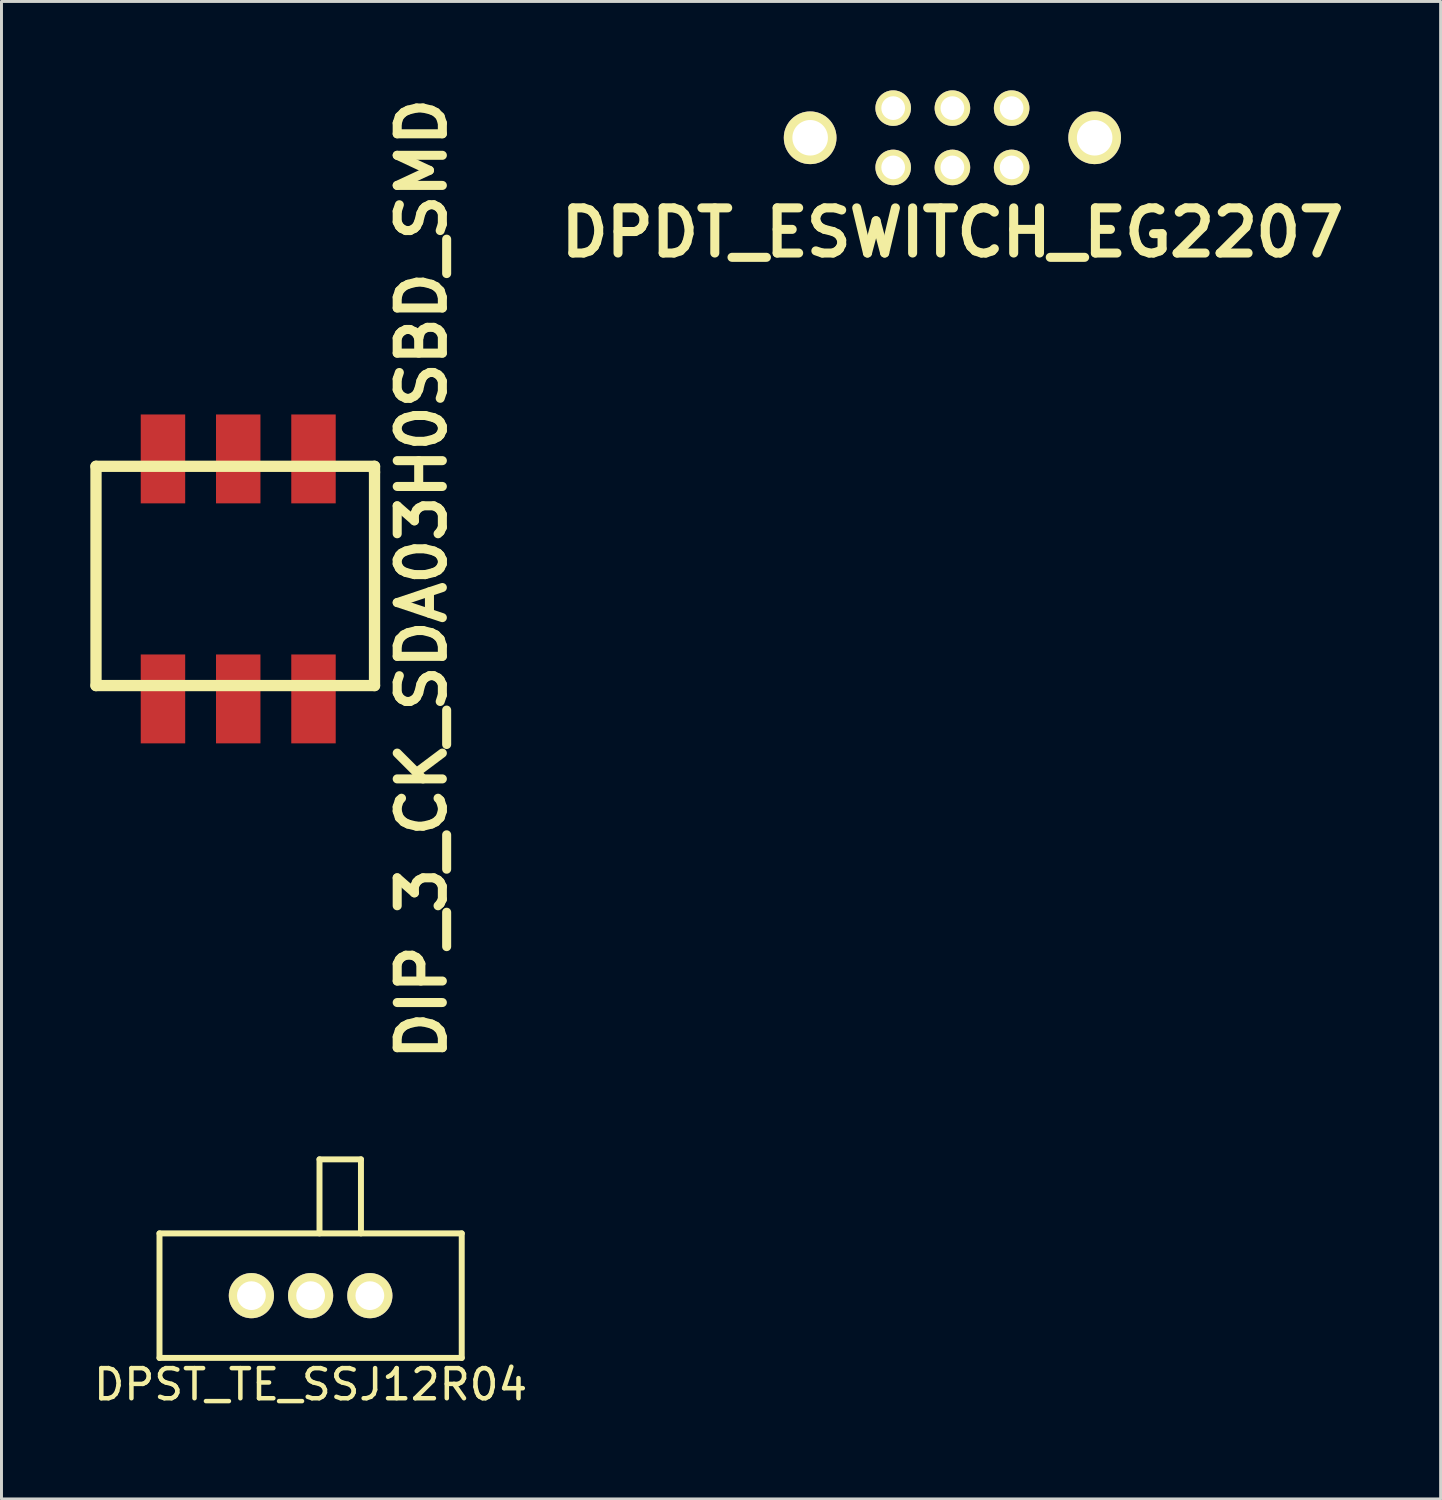
<source format=kicad_pcb>
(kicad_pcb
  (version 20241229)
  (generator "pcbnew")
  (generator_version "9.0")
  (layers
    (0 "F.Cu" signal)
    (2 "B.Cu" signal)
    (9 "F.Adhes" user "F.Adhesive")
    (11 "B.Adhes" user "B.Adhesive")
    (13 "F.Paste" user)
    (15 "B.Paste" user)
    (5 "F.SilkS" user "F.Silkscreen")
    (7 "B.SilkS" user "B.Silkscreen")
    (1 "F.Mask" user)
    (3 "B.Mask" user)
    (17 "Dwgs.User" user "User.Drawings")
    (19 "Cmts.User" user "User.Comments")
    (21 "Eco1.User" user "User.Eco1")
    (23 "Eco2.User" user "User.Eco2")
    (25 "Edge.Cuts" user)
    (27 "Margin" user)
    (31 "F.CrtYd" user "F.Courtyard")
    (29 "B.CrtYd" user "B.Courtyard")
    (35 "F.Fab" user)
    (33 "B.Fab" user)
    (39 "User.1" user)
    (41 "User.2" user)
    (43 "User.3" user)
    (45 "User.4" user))
  (footprint "DIP_3_CK_SDA03H0SBD_SMD"
    (layer "F.Cu")
    (at 4.99 16.488)
    (property "Reference" "DIP_3_CK_SDA03H0SBD_SMD" (at 6.2 0 90) (layer "F.SilkS") (effects (font (size 1.524 1.524) (thickness 0.305))))
    (attr through_hole)
    (fp_line (start -4.8 -3.8) (end -4.8 3.6) (stroke (width 0.381) (type solid)) (layer "F.SilkS"))
    (fp_line (start -4.8 3.6) (end 4.6 3.6) (stroke (width 0.381) (type solid)) (layer "F.SilkS"))
    (fp_line (start 4.6 -3.8) (end -4.8 -3.8) (stroke (width 0.381) (type solid)) (layer "F.SilkS"))
    (fp_line (start 4.6 -3.6) (end 4.6 -3.8) (stroke (width 0.381) (type solid)) (layer "F.SilkS"))
    (fp_line (start 4.6 3.6) (end 4.6 -3.6) (stroke (width 0.381) (type solid)) (layer "F.SilkS"))
    (pad "1" smd rect (at -2.54 -4.05) (size 1.5 3) (layers "F.Cu" "F.Mask" "F.Paste"))
    (pad "2" smd rect (at 0 -4.05) (size 1.5 3) (layers "F.Cu" "F.Mask" "F.Paste"))
    (pad "3" smd rect (at 2.54 -4.05) (size 1.5 3) (layers "F.Cu" "F.Mask" "F.Paste"))
    (pad "4" smd rect (at 2.54 4.05) (size 1.5 3) (layers "F.Cu" "F.Mask" "F.Paste"))
    (pad "5" smd rect (at 0 4.05) (size 1.5 3) (layers "F.Cu" "F.Mask" "F.Paste"))
    (pad "6" smd rect (at -2.54 4.05) (size 1.5 3) (layers "F.Cu" "F.Mask" "F.Paste")))
  (footprint "DPDT_ESWITCH_EG2207"
    (layer "F.Cu")
    (at 29.093 1.6)
    (property "Reference" "DPDT_ESWITCH_EG2207" (at 0 3.2 0) (layer "F.SilkS") (effects (font (size 1.524 1.524) (thickness 0.305))))
    (attr through_hole)
    (pad "" thru_hole circle (at -4.801 0) (size 1.778 1.778) (drill 1.199) (layers "*.Cu" "*.Mask" "F.SilkS"))
    (pad "" thru_hole circle (at 4.801 0) (size 1.778 1.778) (drill 1.199) (layers "*.Cu" "*.Mask" "F.SilkS"))
    (pad "1" thru_hole circle (at -1.999 -1.001) (size 1.199 1.199) (drill 0.8) (layers "*.Cu" "*.Mask" "F.SilkS"))
    (pad "2" thru_hole circle (at 0 -1.001) (size 1.199 1.199) (drill 0.8) (layers "*.Cu" "*.Mask" "F.SilkS"))
    (pad "3" thru_hole circle (at 1.999 -1.001) (size 1.199 1.199) (drill 0.8) (layers "*.Cu" "*.Mask" "F.SilkS"))
    (pad "4" thru_hole circle (at -1.999 1.001) (size 1.199 1.199) (drill 0.8) (layers "*.Cu" "*.Mask" "F.SilkS"))
    (pad "5" thru_hole circle (at 0 1.001) (size 1.199 1.199) (drill 0.8) (layers "*.Cu" "*.Mask" "F.SilkS"))
    (pad "6" thru_hole circle (at 1.999 1.001) (size 1.199 1.199) (drill 0.8) (layers "*.Cu" "*.Mask" "F.SilkS")))
  (footprint "DPST_TE_SSJ12R04"
    (layer "F.Cu")
    (at 7.433 40.677)
    (property "Reference" "DPST_TE_SSJ12R04" (at 0 3 0) (layer "F.SilkS") (effects (font (size 1.016 1.016) (thickness 0.152))))
    (attr through_hole)
    (fp_line (start -5.1 -2.101) (end -5.1 2.101) (stroke (width 0.201) (type solid)) (layer "F.SilkS"))
    (fp_line (start -5.1 2.101) (end 5.1 2.101) (stroke (width 0.201) (type solid)) (layer "F.SilkS"))
    (fp_line (start 0.3 -4.6) (end 0.3 -2.101) (stroke (width 0.201) (type solid)) (layer "F.SilkS"))
    (fp_line (start 1.699 -4.6) (end 0.3 -4.6) (stroke (width 0.201) (type solid)) (layer "F.SilkS"))
    (fp_line (start 1.699 -2.101) (end 1.699 -4.6) (stroke (width 0.201) (type solid)) (layer "F.SilkS"))
    (fp_line (start 5.1 -2.101) (end -5.1 -2.101) (stroke (width 0.201) (type solid)) (layer "F.SilkS"))
    (fp_line (start 5.1 2.101) (end 5.1 -2.101) (stroke (width 0.201) (type solid)) (layer "F.SilkS"))
    (pad "1" thru_hole circle (at -1.999 0) (size 1.524 1.524) (drill 0.97) (layers "*.Cu" "*.Mask" "F.SilkS"))
    (pad "2" thru_hole circle (at 0 0) (size 1.524 1.524) (drill 0.97) (layers "*.Cu" "*.Mask" "F.SilkS"))
    (pad "3" thru_hole circle (at 1.999 0) (size 1.524 1.524) (drill 0.97) (layers "*.Cu" "*.Mask" "F.SilkS")))
  (gr_rect
    (start -3 -3)
    (end 45.57 47.539)
    (stroke (width 0.1) (type default))
    (fill no)
    (layer "Edge.Cuts")))
</source>
